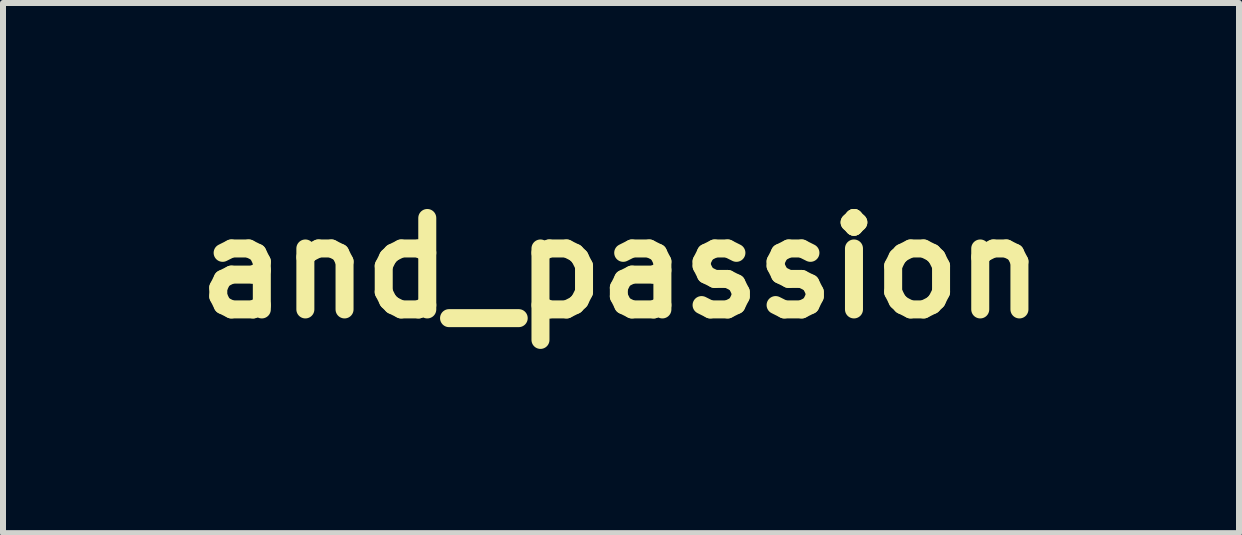
<source format=kicad_pcb>
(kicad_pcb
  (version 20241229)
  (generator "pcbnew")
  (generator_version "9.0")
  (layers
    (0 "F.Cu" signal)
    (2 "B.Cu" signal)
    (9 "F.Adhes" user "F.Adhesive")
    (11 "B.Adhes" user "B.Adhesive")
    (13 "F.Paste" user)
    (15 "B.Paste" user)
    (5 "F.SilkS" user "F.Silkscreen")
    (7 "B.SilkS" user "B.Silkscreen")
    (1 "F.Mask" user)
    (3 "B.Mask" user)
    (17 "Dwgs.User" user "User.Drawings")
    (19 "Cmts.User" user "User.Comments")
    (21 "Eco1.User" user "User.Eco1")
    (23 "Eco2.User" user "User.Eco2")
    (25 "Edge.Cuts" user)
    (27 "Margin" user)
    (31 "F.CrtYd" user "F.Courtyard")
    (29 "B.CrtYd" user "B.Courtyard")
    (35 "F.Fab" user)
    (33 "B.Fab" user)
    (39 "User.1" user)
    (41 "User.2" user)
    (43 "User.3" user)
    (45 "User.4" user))
  (footprint "and_passion"
    (layer "F.Cu")
    (at 7.301 1.418)
    (property "Reference" "and_passion" (at 0 0 0) (layer "F.SilkS") (effects (font (size 1.524 1.524) (thickness 0.3))))
    (attr through_hole)
    (fp_poly (pts (xy 2.417 0.446) (xy 2.414 0.46) (xy 2.401 0.462) (xy 2.382 0.453) (xy 2.386 0.446) (xy 2.413 0.444) (xy 2.417 0.446)) (stroke (width 0.01) (type solid)) (fill yes) (layer "F.Mask"))
    (fp_poly (pts (xy 2.948 0.446) (xy 2.945 0.46) (xy 2.933 0.462) (xy 2.914 0.453) (xy 2.917 0.446) (xy 2.945 0.444) (xy 2.948 0.446)) (stroke (width 0.01) (type solid)) (fill yes) (layer "F.Mask"))
    (fp_poly (pts (xy 3.921 -0.046) (xy 3.935 -0.038) (xy 3.981 0.004) (xy 3.984 0.045) (xy 3.959 0.078) (xy 3.904 0.112) (xy 3.849 0.101) (xy 3.823 0.079) (xy 3.791 0.036) (xy 3.8 -0.000188) (xy 3.838 -0.033) (xy 3.883 -0.056) (xy 3.921 -0.046)) (stroke (width 0.01) (type solid)) (fill yes) (layer "F.Mask"))
    (fp_poly (pts (xy -1.215 -0.365) (xy -1.192 -0.352) (xy -1.188 -0.322) (xy -1.207 -0.271) (xy -1.249 -0.194) (xy -1.315 -0.086) (xy -1.332 -0.058) (xy -1.456 0.147) (xy -1.555 0.325) (xy -1.63 0.475) (xy -1.68 0.595) (xy -1.704 0.684) (xy -1.704 0.741) (xy -1.679 0.765) (xy -1.629 0.755) (xy -1.553 0.71) (xy -1.452 0.628) (xy -1.376 0.557) (xy -1.314 0.5) (xy -1.273 0.466) (xy -1.257 0.46) (xy -1.264 0.474) (xy -1.321 0.544) (xy -1.399 0.624) (xy -1.485 0.702) (xy -1.565 0.765) (xy -1.612 0.794) (xy -1.708 0.829) (xy -1.786 0.826) (xy -1.842 0.789) (xy -1.869 0.72) (xy -1.87 0.691) (xy -1.874 0.655) (xy -1.891 0.659) (xy -1.911 0.676) (xy -1.978 0.722) (xy -2.068 0.764) (xy -2.16 0.796) (xy -2.231 0.808) (xy -2.32 0.79) (xy -2.381 0.739) (xy -2.408 0.66) (xy -2.408 0.658) (xy -2.261 0.658) (xy -2.26 0.722) (xy -2.248 0.747) (xy -2.205 0.761) (xy -2.137 0.756) (xy -2.062 0.731) (xy -2.048 0.725) (xy -1.947 0.659) (xy -1.863 0.57) (xy -1.789 0.448) (xy -1.765 0.398) (xy -1.722 0.296) (xy -1.704 0.227) (xy -1.71 0.183) (xy -1.739 0.156) (xy -1.758 0.149) (xy -1.84 0.146) (xy -1.932 0.181) (xy -2.026 0.248) (xy -2.115 0.343) (xy -2.192 0.461) (xy -2.204 0.482) (xy -2.242 0.574) (xy -2.261 0.658) (xy -2.408 0.658) (xy -2.408 0.637) (xy -2.406 0.552) (xy -2.516 0.655) (xy -2.631 0.751) (xy -2.73 0.81) (xy -2.811 0.83) (xy -2.873 0.812) (xy -2.882 0.804) (xy -2.903 0.768) (xy -2.906 0.716) (xy -2.89 0.642) (xy -2.853 0.539) (xy -2.817 0.45) (xy -2.778 0.357) (xy -2.748 0.279) (xy -2.729 0.225) (xy -2.725 0.209) (xy -2.74 0.186) (xy -2.785 0.196) (xy -2.858 0.238) (xy -2.907 0.273) (xy -2.971 0.327) (xy -3.023 0.386) (xy -3.072 0.463) (xy -3.127 0.568) (xy -3.184 0.682) (xy -3.227 0.761) (xy -3.26 0.809) (xy -3.288 0.832) (xy -3.317 0.836) (xy -3.352 0.828) (xy -3.352 0.827) (xy -3.414 0.805) (xy -3.325 0.639) (xy -3.247 0.487) (xy -3.192 0.363) (xy -3.16 0.268) (xy -3.152 0.205) (xy -3.167 0.176) (xy -3.207 0.184) (xy -3.211 0.186) (xy -3.253 0.201) (xy -3.272 0.199) (xy -3.262 0.183) (xy -3.221 0.157) (xy -3.203 0.148) (xy -3.121 0.122) (xy -3.055 0.125) (xy -3.012 0.157) (xy -3.002 0.197) (xy -2.998 0.24) (xy -2.99 0.254) (xy -2.966 0.242) (xy -2.918 0.21) (xy -2.883 0.185) (xy -2.79 0.134) (xy -2.701 0.116) (xy -2.627 0.131) (xy -2.599 0.152) (xy -2.578 0.176) (xy -2.568 0.203) (xy -2.572 0.239) (xy -2.59 0.293) (xy -2.626 0.375) (xy -2.667 0.462) (xy -2.723 0.586) (xy -2.757 0.675) (xy -2.769 0.731) (xy -2.761 0.758) (xy -2.747 0.762) (xy -2.684 0.742) (xy -2.598 0.681) (xy -2.491 0.58) (xy -2.361 0.439) (xy -2.257 0.317) (xy -2.163 0.224) (xy -2.055 0.154) (xy -1.943 0.111) (xy -1.837 0.096) (xy -1.745 0.114) (xy -1.704 0.137) (xy -1.648 0.182) (xy -1.606 0.108) (xy -1.528 -0.025) (xy -1.451 -0.144) (xy -1.381 -0.244) (xy -1.322 -0.318) (xy -1.277 -0.36) (xy -1.258 -0.369) (xy -1.215 -0.365)) (stroke (width 0.01) (type solid)) (fill yes) (layer "F.Mask"))
    (fp_poly (pts (xy 3.368 -0.058) (xy 3.371 -0.049) (xy 3.353 -0.026) (xy 3.337 -0.023) (xy 3.301 -0.005) (xy 3.264 0.037) (xy 3.247 0.066) (xy 3.238 0.097) (xy 3.237 0.141) (xy 3.243 0.206) (xy 3.257 0.303) (xy 3.264 0.347) (xy 3.284 0.492) (xy 3.288 0.6) (xy 3.274 0.679) (xy 3.241 0.737) (xy 3.185 0.782) (xy 3.126 0.812) (xy 3.006 0.847) (xy 2.901 0.838) (xy 2.812 0.786) (xy 2.79 0.764) (xy 2.748 0.723) (xy 2.724 0.717) (xy 2.715 0.73) (xy 2.678 0.772) (xy 2.609 0.809) (xy 2.524 0.835) (xy 2.438 0.848) (xy 2.364 0.841) (xy 2.355 0.838) (xy 2.285 0.793) (xy 2.228 0.722) (xy 2.204 0.666) (xy 2.19 0.599) (xy 2.098 0.681) (xy 1.99 0.765) (xy 1.892 0.814) (xy 1.809 0.826) (xy 1.744 0.801) (xy 1.702 0.74) (xy 1.677 0.674) (xy 1.589 0.733) (xy 1.507 0.773) (xy 1.415 0.798) (xy 1.327 0.807) (xy 1.256 0.796) (xy 1.233 0.783) (xy 1.185 0.715) (xy 1.184 0.709) (xy 1.316 0.709) (xy 1.332 0.747) (xy 1.378 0.763) (xy 1.448 0.752) (xy 1.533 0.719) (xy 1.576 0.694) (xy 1.67 0.617) (xy 1.74 0.513) (xy 1.745 0.503) (xy 1.788 0.423) (xy 1.831 0.35) (xy 1.853 0.316) (xy 1.883 0.262) (xy 1.883 0.218) (xy 1.874 0.194) (xy 1.833 0.152) (xy 1.769 0.14) (xy 1.691 0.157) (xy 1.607 0.199) (xy 1.525 0.264) (xy 1.461 0.339) (xy 1.395 0.444) (xy 1.347 0.547) (xy 1.32 0.638) (xy 1.316 0.709) (xy 1.184 0.709) (xy 1.172 0.626) (xy 1.193 0.522) (xy 1.248 0.411) (xy 1.328 0.304) (xy 1.456 0.189) (xy 1.59 0.118) (xy 1.729 0.092) (xy 1.737 0.092) (xy 1.812 0.098) (xy 1.86 0.119) (xy 1.89 0.151) (xy 1.925 0.184) (xy 1.949 0.188) (xy 1.95 0.187) (xy 1.981 0.172) (xy 1.998 0.174) (xy 2.052 0.191) (xy 2.065 0.195) (xy 2.074 0.211) (xy 2.06 0.25) (xy 2.022 0.317) (xy 1.973 0.393) (xy 1.906 0.499) (xy 1.866 0.579) (xy 1.849 0.641) (xy 1.847 0.66) (xy 1.859 0.726) (xy 1.895 0.754) (xy 1.955 0.743) (xy 2.036 0.693) (xy 2.139 0.605) (xy 2.198 0.547) (xy 2.259 0.487) (xy 2.302 0.446) (xy 2.323 0.43) (xy 2.323 0.433) (xy 2.321 0.458) (xy 2.33 0.462) (xy 2.331 0.476) (xy 2.305 0.51) (xy 2.296 0.518) (xy 2.249 0.588) (xy 2.248 0.655) (xy 2.292 0.724) (xy 2.296 0.728) (xy 2.371 0.775) (xy 2.449 0.782) (xy 2.522 0.752) (xy 2.578 0.689) (xy 2.6 0.632) (xy 2.604 0.583) (xy 2.599 0.501) (xy 2.589 0.404) (xy 2.582 0.361) (xy 2.565 0.233) (xy 2.561 0.141) (xy 2.572 0.075) (xy 2.599 0.028) (xy 2.634 -0.004) (xy 2.689 -0.035) (xy 2.75 -0.057) (xy 2.804 -0.065) (xy 2.836 -0.058) (xy 2.84 -0.049) (xy 2.822 -0.026) (xy 2.806 -0.023) (xy 2.77 -0.005) (xy 2.734 0.036) (xy 2.716 0.068) (xy 2.707 0.105) (xy 2.707 0.158) (xy 2.716 0.239) (xy 2.725 0.301) (xy 2.743 0.41) (xy 2.759 0.477) (xy 2.777 0.505) (xy 2.796 0.498) (xy 2.806 0.485) (xy 2.839 0.463) (xy 2.852 0.462) (xy 2.862 0.474) (xy 2.835 0.511) (xy 2.828 0.518) (xy 2.789 0.571) (xy 2.771 0.621) (xy 2.771 0.623) (xy 2.787 0.672) (xy 2.825 0.725) (xy 2.828 0.728) (xy 2.902 0.775) (xy 2.98 0.782) (xy 3.053 0.752) (xy 3.109 0.689) (xy 3.132 0.632) (xy 3.135 0.583) (xy 3.131 0.501) (xy 3.12 0.404) (xy 3.113 0.361) (xy 3.096 0.233) (xy 3.092 0.141) (xy 3.103 0.075) (xy 3.13 0.028) (xy 3.165 -0.004) (xy 3.22 -0.035) (xy 3.282 -0.057) (xy 3.335 -0.065) (xy 3.368 -0.058)) (stroke (width 0.01) (type solid)) (fill yes) (layer "F.Mask"))
    (fp_poly (pts (xy 5.501 0.131) (xy 5.529 0.152) (xy 5.55 0.176) (xy 5.56 0.203) (xy 5.556 0.239) (xy 5.538 0.293) (xy 5.502 0.375) (xy 5.461 0.462) (xy 5.418 0.557) (xy 5.383 0.64) (xy 5.362 0.699) (xy 5.357 0.722) (xy 5.37 0.759) (xy 5.41 0.758) (xy 5.477 0.721) (xy 5.571 0.646) (xy 5.667 0.557) (xy 5.728 0.5) (xy 5.769 0.466) (xy 5.785 0.46) (xy 5.778 0.474) (xy 5.722 0.544) (xy 5.644 0.624) (xy 5.558 0.702) (xy 5.478 0.765) (xy 5.431 0.794) (xy 5.342 0.826) (xy 5.274 0.822) (xy 5.232 0.784) (xy 5.219 0.722) (xy 5.227 0.678) (xy 5.251 0.604) (xy 5.286 0.512) (xy 5.311 0.45) (xy 5.35 0.357) (xy 5.38 0.279) (xy 5.399 0.225) (xy 5.403 0.209) (xy 5.388 0.186) (xy 5.343 0.196) (xy 5.269 0.238) (xy 5.22 0.274) (xy 5.146 0.337) (xy 5.089 0.408) (xy 5.035 0.503) (xy 5.02 0.534) (xy 4.975 0.625) (xy 4.931 0.71) (xy 4.896 0.771) (xy 4.893 0.778) (xy 4.859 0.825) (xy 4.828 0.839) (xy 4.782 0.829) (xy 4.78 0.828) (xy 4.712 0.804) (xy 4.786 0.675) (xy 4.824 0.606) (xy 4.84 0.571) (xy 4.836 0.564) (xy 4.812 0.578) (xy 4.803 0.584) (xy 4.737 0.613) (xy 4.675 0.623) (xy 4.602 0.642) (xy 4.536 0.695) (xy 4.429 0.784) (xy 4.32 0.833) (xy 4.213 0.839) (xy 4.134 0.814) (xy 4.063 0.754) (xy 4.03 0.675) (xy 4.184 0.675) (xy 4.203 0.74) (xy 4.246 0.777) (xy 4.312 0.782) (xy 4.39 0.755) (xy 4.434 0.727) (xy 4.503 0.669) (xy 4.535 0.623) (xy 4.532 0.578) (xy 4.515 0.549) (xy 4.485 0.47) (xy 4.485 0.44) (xy 4.511 0.44) (xy 4.529 0.502) (xy 4.56 0.544) (xy 4.585 0.554) (xy 4.609 0.535) (xy 4.64 0.485) (xy 4.662 0.44) (xy 4.699 0.335) (xy 4.708 0.263) (xy 4.687 0.222) (xy 4.675 0.216) (xy 4.631 0.221) (xy 4.582 0.257) (xy 4.538 0.314) (xy 4.513 0.375) (xy 4.511 0.44) (xy 4.485 0.44) (xy 4.484 0.374) (xy 4.513 0.279) (xy 4.515 0.275) (xy 4.551 0.206) (xy 4.463 0.242) (xy 4.368 0.298) (xy 4.288 0.38) (xy 4.227 0.477) (xy 4.19 0.579) (xy 4.184 0.675) (xy 4.03 0.675) (xy 4.027 0.67) (xy 4.031 0.578) (xy 4.034 0.552) (xy 4.021 0.552) (xy 3.987 0.579) (xy 3.928 0.635) (xy 3.807 0.74) (xy 3.701 0.806) (xy 3.609 0.831) (xy 3.536 0.816) (xy 3.502 0.789) (xy 3.469 0.719) (xy 3.474 0.622) (xy 3.516 0.498) (xy 3.596 0.347) (xy 3.629 0.294) (xy 3.684 0.222) (xy 3.734 0.189) (xy 3.791 0.189) (xy 3.819 0.199) (xy 3.837 0.213) (xy 3.832 0.24) (xy 3.801 0.291) (xy 3.79 0.308) (xy 3.699 0.455) (xy 3.644 0.579) (xy 3.625 0.679) (xy 3.625 0.68) (xy 3.63 0.735) (xy 3.649 0.758) (xy 3.682 0.762) (xy 3.74 0.744) (xy 3.816 0.696) (xy 3.902 0.625) (xy 3.988 0.538) (xy 4.067 0.442) (xy 4.083 0.42) (xy 4.196 0.289) (xy 4.323 0.199) (xy 4.46 0.151) (xy 4.604 0.148) (xy 4.631 0.152) (xy 4.695 0.175) (xy 4.732 0.218) (xy 4.74 0.285) (xy 4.722 0.381) (xy 4.676 0.508) (xy 4.654 0.56) (xy 4.653 0.592) (xy 4.683 0.6) (xy 4.738 0.583) (xy 4.791 0.554) (xy 4.86 0.489) (xy 4.923 0.38) (xy 4.929 0.368) (xy 4.967 0.27) (xy 4.979 0.205) (xy 4.964 0.175) (xy 4.924 0.182) (xy 4.917 0.186) (xy 4.875 0.201) (xy 4.856 0.199) (xy 4.866 0.183) (xy 4.907 0.157) (xy 4.925 0.148) (xy 5.007 0.122) (xy 5.073 0.125) (xy 5.116 0.157) (xy 5.126 0.197) (xy 5.13 0.24) (xy 5.138 0.254) (xy 5.162 0.242) (xy 5.21 0.21) (xy 5.245 0.185) (xy 5.338 0.134) (xy 5.427 0.116) (xy 5.501 0.131)) (stroke (width 0.01) (type solid)) (fill yes) (layer "F.Mask"))
    (fp_poly (pts (xy -3.105 -0.737) (xy -3.102 -0.735) (xy -3.053 -0.7) (xy -3.029 -0.661) (xy -3.039 -0.628) (xy -3.072 -0.561) (xy -3.127 -0.468) (xy -3.2 -0.352) (xy -3.265 -0.252) (xy -3.34 -0.138) (xy -3.402 -0.039) (xy -3.45 0.04) (xy -3.478 0.094) (xy -3.484 0.115) (xy -3.484 0.115) (xy -3.441 0.102) (xy -3.381 0.068) (xy -3.323 0.026) (xy -3.283 -0.014) (xy -3.28 -0.019) (xy -3.262 -0.04) (xy -3.257 -0.033) (xy -3.274 0.005) (xy -3.321 0.051) (xy -3.385 0.097) (xy -3.451 0.131) (xy -3.465 0.136) (xy -3.511 0.156) (xy -3.551 0.191) (xy -3.595 0.248) (xy -3.651 0.338) (xy -3.653 0.341) (xy -3.733 0.485) (xy -3.782 0.597) (xy -3.802 0.675) (xy -3.792 0.719) (xy -3.754 0.729) (xy -3.686 0.704) (xy -3.59 0.642) (xy -3.527 0.595) (xy -3.471 0.557) (xy -3.443 0.549) (xy -3.447 0.568) (xy -3.488 0.613) (xy -3.493 0.617) (xy -3.594 0.697) (xy -3.697 0.758) (xy -3.794 0.795) (xy -3.876 0.806) (xy -3.936 0.787) (xy -3.944 0.78) (xy -3.969 0.723) (xy -3.963 0.637) (xy -3.927 0.525) (xy -3.862 0.392) (xy -3.8 0.29) (xy -3.719 0.163) (xy -3.805 0.148) (xy -3.878 0.13) (xy -3.967 0.105) (xy -4.014 0.089) (xy -4.138 0.047) (xy -4.366 0.259) (xy -4.466 0.354) (xy -4.531 0.422) (xy -4.559 0.468) (xy -4.551 0.495) (xy -4.506 0.507) (xy -4.423 0.507) (xy -4.332 0.502) (xy -4.245 0.497) (xy -4.202 0.497) (xy -4.197 0.501) (xy -4.229 0.51) (xy -4.237 0.512) (xy -4.308 0.522) (xy -4.404 0.526) (xy -4.497 0.523) (xy -4.591 0.52) (xy -4.654 0.525) (xy -4.678 0.535) (xy -4.704 0.559) (xy -4.758 0.598) (xy -4.828 0.646) (xy -4.833 0.649) (xy -4.982 0.73) (xy -5.138 0.788) (xy -5.292 0.822) (xy -5.434 0.829) (xy -5.554 0.808) (xy -5.576 0.799) (xy -5.67 0.736) (xy -5.726 0.652) (xy -5.743 0.554) (xy -5.716 0.45) (xy -5.71 0.439) (xy -5.659 0.369) (xy -5.59 0.307) (xy -5.516 0.267) (xy -5.463 0.256) (xy -5.438 0.26) (xy -5.455 0.27) (xy -5.481 0.278) (xy -5.582 0.331) (xy -5.655 0.421) (xy -5.673 0.458) (xy -5.695 0.559) (xy -5.671 0.65) (xy -5.604 0.729) (xy -5.564 0.76) (xy -5.526 0.778) (xy -5.475 0.784) (xy -5.398 0.783) (xy -5.353 0.78) (xy -5.243 0.77) (xy -5.152 0.749) (xy -5.057 0.711) (xy -5.006 0.686) (xy -4.916 0.638) (xy -4.833 0.59) (xy -4.774 0.55) (xy -4.769 0.546) (xy -4.7 0.49) (xy -4.783 0.455) (xy -4.881 0.399) (xy -4.98 0.316) (xy -5.063 0.223) (xy -5.105 0.158) (xy -5.143 0.047) (xy -5.143 0.039) (xy -5.095 0.039) (xy -5.058 0.148) (xy -5.018 0.216) (xy -4.969 0.272) (xy -4.901 0.331) (xy -4.825 0.387) (xy -4.752 0.431) (xy -4.694 0.455) (xy -4.671 0.457) (xy -4.644 0.439) (xy -4.591 0.396) (xy -4.519 0.334) (xy -4.436 0.258) (xy -4.421 0.245) (xy -4.34 0.168) (xy -4.276 0.101) (xy -4.233 0.051) (xy -4.218 0.024) (xy -4.218 0.022) (xy -4.224 0.018) (xy -4.099 0.018) (xy -4.072 0.031) (xy -4.014 0.05) (xy -3.938 0.074) (xy -3.856 0.098) (xy -3.783 0.118) (xy -3.731 0.13) (xy -3.714 0.131) (xy -3.697 0.112) (xy -3.659 0.059) (xy -3.604 -0.02) (xy -3.535 -0.121) (xy -3.458 -0.236) (xy -3.441 -0.261) (xy -3.346 -0.405) (xy -3.274 -0.516) (xy -3.222 -0.597) (xy -3.189 -0.653) (xy -3.172 -0.689) (xy -3.168 -0.708) (xy -3.174 -0.715) (xy -3.18 -0.716) (xy -3.212 -0.704) (xy -3.272 -0.672) (xy -3.346 -0.628) (xy -3.425 -0.578) (xy -3.496 -0.529) (xy -3.54 -0.495) (xy -3.63 -0.419) (xy -3.726 -0.335) (xy -3.822 -0.249) (xy -3.913 -0.167) (xy -3.992 -0.093) (xy -4.053 -0.034) (xy -4.091 0.005) (xy -4.099 0.018) (xy -4.224 0.018) (xy -4.261 -0.005) (xy -4.336 -0.039) (xy -4.435 -0.078) (xy -4.545 -0.117) (xy -4.657 -0.152) (xy -4.758 -0.181) (xy -4.838 -0.199) (xy -4.862 -0.202) (xy -4.942 -0.207) (xy -4.99 -0.202) (xy -5.022 -0.184) (xy -5.054 -0.148) (xy -5.055 -0.147) (xy -5.094 -0.063) (xy -5.095 0.039) (xy -5.143 0.039) (xy -5.146 -0.057) (xy -5.116 -0.146) (xy -5.055 -0.211) (xy -4.972 -0.245) (xy -4.889 -0.249) (xy -4.786 -0.235) (xy -4.657 -0.2) (xy -4.496 -0.142) (xy -4.409 -0.108) (xy -4.165 -0.008) (xy -4.028 -0.133) (xy -3.855 -0.288) (xy -3.693 -0.424) (xy -3.547 -0.539) (xy -3.423 -0.628) (xy -3.325 -0.689) (xy -3.31 -0.696) (xy -3.232 -0.733) (xy -3.181 -0.75) (xy -3.143 -0.751) (xy -3.105 -0.737)) (stroke (width 0.01) (type solid)) (fill yes) (layer "F.Mask"))
    (fp_poly (pts (xy 1.028 -0.963) (xy 1.228 -0.905) (xy 1.271 -0.887) (xy 1.35 -0.854) (xy 1.406 -0.841) (xy 1.457 -0.844) (xy 1.492 -0.852) (xy 1.644 -0.877) (xy 1.792 -0.87) (xy 1.925 -0.831) (xy 2.033 -0.765) (xy 2.048 -0.75) (xy 2.091 -0.703) (xy 2.114 -0.659) (xy 2.123 -0.6) (xy 2.124 -0.533) (xy 2.122 -0.46) (xy 2.115 -0.409) (xy 2.107 -0.393) (xy 2.098 -0.413) (xy 2.095 -0.465) (xy 2.096 -0.491) (xy 2.085 -0.603) (xy 2.036 -0.693) (xy 1.955 -0.759) (xy 1.849 -0.798) (xy 1.721 -0.806) (xy 1.586 -0.783) (xy 1.53 -0.766) (xy 1.512 -0.749) (xy 1.524 -0.723) (xy 1.534 -0.708) (xy 1.626 -0.566) (xy 1.676 -0.44) (xy 1.686 -0.328) (xy 1.655 -0.225) (xy 1.584 -0.126) (xy 1.56 -0.102) (xy 1.467 -0.028) (xy 1.363 0.018) (xy 1.24 0.041) (xy 1.086 0.041) (xy 1.052 0.039) (xy 0.859 0.026) (xy 0.754 0.206) (xy 0.624 0.406) (xy 0.49 0.561) (xy 0.348 0.675) (xy 0.195 0.752) (xy 0.027 0.792) (xy -0.057 0.799) (xy -0.152 0.801) (xy -0.237 0.797) (xy -0.294 0.79) (xy -0.3 0.788) (xy -0.424 0.731) (xy -0.514 0.655) (xy -0.566 0.564) (xy -0.577 0.493) (xy -0.557 0.418) (xy -0.505 0.345) (xy -0.434 0.29) (xy -0.403 0.277) (xy -0.315 0.264) (xy -0.223 0.275) (xy -0.147 0.307) (xy -0.117 0.333) (xy -0.092 0.376) (xy -0.072 0.43) (xy -0.062 0.478) (xy -0.066 0.506) (xy -0.071 0.508) (xy -0.089 0.489) (xy -0.092 0.466) (xy -0.113 0.412) (xy -0.165 0.36) (xy -0.235 0.321) (xy -0.28 0.31) (xy -0.363 0.315) (xy -0.442 0.351) (xy -0.501 0.407) (xy -0.522 0.45) (xy -0.522 0.538) (xy -0.481 0.619) (xy -0.407 0.683) (xy -0.383 0.695) (xy -0.284 0.724) (xy -0.162 0.737) (xy -0.037 0.734) (xy 0.069 0.713) (xy 0.072 0.713) (xy 0.204 0.646) (xy 0.338 0.533) (xy 0.475 0.374) (xy 0.615 0.169) (xy 0.677 0.065) (xy 0.739 -0.043) (xy 0.695 -0.074) (xy 0.922 -0.074) (xy 0.924 -0.053) (xy 0.94 -0.043) (xy 1.013 -0.028) (xy 1.11 -0.026) (xy 1.213 -0.035) (xy 1.301 -0.055) (xy 1.316 -0.06) (xy 1.418 -0.123) (xy 1.486 -0.213) (xy 1.517 -0.322) (xy 1.507 -0.443) (xy 1.492 -0.494) (xy 1.458 -0.565) (xy 1.419 -0.623) (xy 1.407 -0.637) (xy 1.38 -0.658) (xy 1.356 -0.66) (xy 1.324 -0.64) (xy 1.274 -0.591) (xy 1.259 -0.576) (xy 1.202 -0.51) (xy 1.132 -0.42) (xy 1.062 -0.319) (xy 1.028 -0.266) (xy 0.971 -0.173) (xy 0.937 -0.112) (xy 0.922 -0.074) (xy 0.695 -0.074) (xy 0.688 -0.079) (xy 0.653 -0.099) (xy 0.624 -0.096) (xy 0.584 -0.064) (xy 0.567 -0.048) (xy 0.461 0.032) (xy 0.33 0.099) (xy 0.187 0.149) (xy 0.046 0.177) (xy -0.078 0.179) (xy -0.1 0.175) (xy -0.177 0.149) (xy -0.246 0.106) (xy -0.248 0.105) (xy -0.282 0.071) (xy -0.301 0.035) (xy -0.309 -0.018) (xy -0.31 -0.076) (xy -0.278 -0.076) (xy -0.268 -0.012) (xy -0.228 0.059) (xy -0.153 0.107) (xy -0.051 0.132) (xy 0.073 0.13) (xy 0.207 0.102) (xy 0.34 0.051) (xy 0.456 -0.016) (xy 0.537 -0.086) (xy 0.558 -0.112) (xy 0.562 -0.138) (xy 0.549 -0.176) (xy 0.514 -0.237) (xy 0.497 -0.266) (xy 0.453 -0.343) (xy 0.426 -0.397) (xy 0.417 -0.425) (xy 0.426 -0.422) (xy 0.455 -0.384) (xy 0.481 -0.345) (xy 0.542 -0.257) (xy 0.588 -0.209) (xy 0.624 -0.203) (xy 0.655 -0.236) (xy 0.685 -0.309) (xy 0.689 -0.321) (xy 0.714 -0.45) (xy 0.697 -0.574) (xy 0.681 -0.616) (xy 0.658 -0.681) (xy 0.656 -0.708) (xy 0.671 -0.698) (xy 0.7 -0.651) (xy 0.718 -0.612) (xy 0.754 -0.477) (xy 0.744 -0.339) (xy 0.703 -0.228) (xy 0.68 -0.177) (xy 0.681 -0.147) (xy 0.704 -0.118) (xy 0.72 -0.103) (xy 0.733 -0.095) (xy 0.748 -0.099) (xy 0.769 -0.121) (xy 0.802 -0.164) (xy 0.849 -0.235) (xy 0.916 -0.337) (xy 0.948 -0.386) (xy 1.015 -0.483) (xy 1.086 -0.575) (xy 1.15 -0.649) (xy 1.183 -0.68) (xy 1.236 -0.728) (xy 1.259 -0.757) (xy 1.256 -0.777) (xy 1.234 -0.796) (xy 1.186 -0.823) (xy 1.115 -0.855) (xy 1.074 -0.87) (xy 0.918 -0.906) (xy 0.753 -0.91) (xy 0.584 -0.885) (xy 0.416 -0.836) (xy 0.255 -0.765) (xy 0.106 -0.676) (xy -0.026 -0.572) (xy -0.136 -0.457) (xy -0.218 -0.334) (xy -0.267 -0.206) (xy -0.278 -0.076) (xy -0.31 -0.076) (xy -0.311 -0.103) (xy -0.311 -0.108) (xy -0.301 -0.229) (xy -0.27 -0.336) (xy -0.212 -0.439) (xy -0.122 -0.549) (xy -0.06 -0.613) (xy 0.1 -0.746) (xy 0.288 -0.857) (xy 0.488 -0.938) (xy 0.622 -0.971) (xy 0.821 -0.986) (xy 1.028 -0.963)) (stroke (width 0.01) (type solid)) (fill yes) (layer "F.Mask")))
  (gr_rect
    (start -3 -3)
    (end 17.601 5.836)
    (stroke (width 0.1) (type default))
    (fill no)
    (layer "Edge.Cuts")))
</source>
